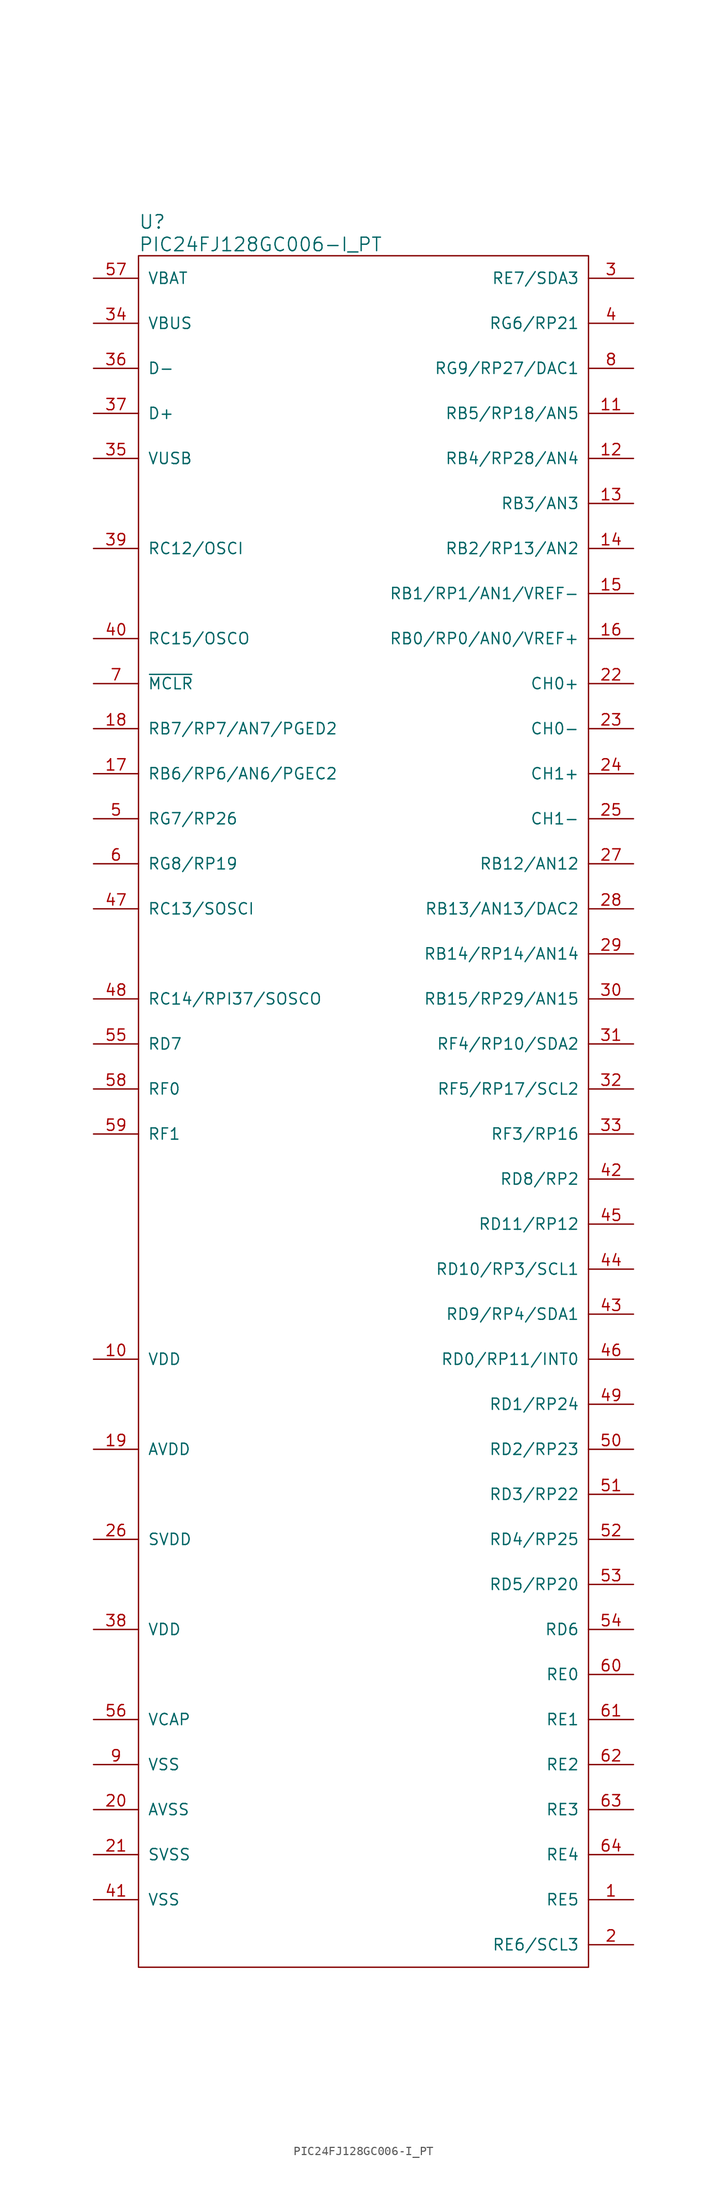
<source format=kicad_sym>
(kicad_symbol_lib
  (version 20211014)
  (generator kicad_symbol_editor)
  (symbol "PIC24FJ128GC006-I_PT"
    (pin_names
      (offset 1.016))
    (property "Reference" "U"
      (at -25.4 100.33 0)
      (effects (font (size 1.524 1.524)) (justify left)))
    (property "Value" "PIC24FJ128GC006-I_PT"
      (at -25.4 97.79 0)
      (effects (font (size 1.524 1.524)) (justify left)))
    (symbol "PIC24FJ128GC006-I_PT_0_1"
      (rectangle (start 25.4 96.52) (end -25.4 -96.52) (stroke (width 0) (type default) (color 0 0 0 0)) (fill (type none))))
    (symbol "PIC24FJ128GC006-I_PT_1_1"
      (pin input line (at 30.48 -88.9 180) (length 5.08) (name "RE5" (effects (font (size 1.27 1.27)))) (number "1" (effects (font (size 1.27 1.27)))))
      (pin input line (at -30.48 -27.94 0) (length 5.08) (name "VDD" (effects (font (size 1.27 1.27)))) (number "10" (effects (font (size 1.27 1.27)))))
      (pin input line (at 30.48 78.74 180) (length 5.08) (name "RB5/RP18/AN5" (effects (font (size 1.27 1.27)))) (number "11" (effects (font (size 1.27 1.27)))))
      (pin input line (at 30.48 73.66 180) (length 5.08) (name "RB4/RP28/AN4" (effects (font (size 1.27 1.27)))) (number "12" (effects (font (size 1.27 1.27)))))
      (pin input line (at 30.48 68.58 180) (length 5.08) (name "RB3/AN3" (effects (font (size 1.27 1.27)))) (number "13" (effects (font (size 1.27 1.27)))))
      (pin input line (at 30.48 63.5 180) (length 5.08) (name "RB2/RP13/AN2" (effects (font (size 1.27 1.27)))) (number "14" (effects (font (size 1.27 1.27)))))
      (pin input line (at 30.48 58.42 180) (length 5.08) (name "RB1/RP1/AN1/VREF-" (effects (font (size 1.27 1.27)))) (number "15" (effects (font (size 1.27 1.27)))))
      (pin input line (at 30.48 53.34 180) (length 5.08) (name "RB0/RP0/AN0/VREF+" (effects (font (size 1.27 1.27)))) (number "16" (effects (font (size 1.27 1.27)))))
      (pin input line (at -30.48 38.1 0) (length 5.08) (name "RB6/RP6/AN6/PGEC2" (effects (font (size 1.27 1.27)))) (number "17" (effects (font (size 1.27 1.27)))))
      (pin input line (at -30.48 43.18 0) (length 5.08) (name "RB7/RP7/AN7/PGED2" (effects (font (size 1.27 1.27)))) (number "18" (effects (font (size 1.27 1.27)))))
      (pin input line (at -30.48 -38.1 0) (length 5.08) (name "AVDD" (effects (font (size 1.27 1.27)))) (number "19" (effects (font (size 1.27 1.27)))))
      (pin input line (at 30.48 -93.98 180) (length 5.08) (name "RE6/SCL3" (effects (font (size 1.27 1.27)))) (number "2" (effects (font (size 1.27 1.27)))))
      (pin input line (at -30.48 -78.74 0) (length 5.08) (name "AVSS" (effects (font (size 1.27 1.27)))) (number "20" (effects (font (size 1.27 1.27)))))
      (pin input line (at -30.48 -83.82 0) (length 5.08) (name "SVSS" (effects (font (size 1.27 1.27)))) (number "21" (effects (font (size 1.27 1.27)))))
      (pin input line (at 30.48 48.26 180) (length 5.08) (name "CH0+" (effects (font (size 1.27 1.27)))) (number "22" (effects (font (size 1.27 1.27)))))
      (pin input line (at 30.48 43.18 180) (length 5.08) (name "CH0-" (effects (font (size 1.27 1.27)))) (number "23" (effects (font (size 1.27 1.27)))))
      (pin input line (at 30.48 38.1 180) (length 5.08) (name "CH1+" (effects (font (size 1.27 1.27)))) (number "24" (effects (font (size 1.27 1.27)))))
      (pin input line (at 30.48 33.02 180) (length 5.08) (name "CH1-" (effects (font (size 1.27 1.27)))) (number "25" (effects (font (size 1.27 1.27)))))
      (pin input line (at -30.48 -48.26 0) (length 5.08) (name "SVDD" (effects (font (size 1.27 1.27)))) (number "26" (effects (font (size 1.27 1.27)))))
      (pin input line (at 30.48 27.94 180) (length 5.08) (name "RB12/AN12" (effects (font (size 1.27 1.27)))) (number "27" (effects (font (size 1.27 1.27)))))
      (pin input line (at 30.48 22.86 180) (length 5.08) (name "RB13/AN13/DAC2" (effects (font (size 1.27 1.27)))) (number "28" (effects (font (size 1.27 1.27)))))
      (pin input line (at 30.48 17.78 180) (length 5.08) (name "RB14/RP14/AN14" (effects (font (size 1.27 1.27)))) (number "29" (effects (font (size 1.27 1.27)))))
      (pin input line (at 30.48 93.98 180) (length 5.08) (name "RE7/SDA3" (effects (font (size 1.27 1.27)))) (number "3" (effects (font (size 1.27 1.27)))))
      (pin input line (at 30.48 12.7 180) (length 5.08) (name "RB15/RP29/AN15" (effects (font (size 1.27 1.27)))) (number "30" (effects (font (size 1.27 1.27)))))
      (pin input line (at 30.48 7.62 180) (length 5.08) (name "RF4/RP10/SDA2" (effects (font (size 1.27 1.27)))) (number "31" (effects (font (size 1.27 1.27)))))
      (pin input line (at 30.48 2.54 180) (length 5.08) (name "RF5/RP17/SCL2" (effects (font (size 1.27 1.27)))) (number "32" (effects (font (size 1.27 1.27)))))
      (pin input line (at 30.48 -2.54 180) (length 5.08) (name "RF3/RP16" (effects (font (size 1.27 1.27)))) (number "33" (effects (font (size 1.27 1.27)))))
      (pin input line (at -30.48 88.9 0) (length 5.08) (name "VBUS" (effects (font (size 1.27 1.27)))) (number "34" (effects (font (size 1.27 1.27)))))
      (pin input line (at -30.48 73.66 0) (length 5.08) (name "VUSB" (effects (font (size 1.27 1.27)))) (number "35" (effects (font (size 1.27 1.27)))))
      (pin input line (at -30.48 83.82 0) (length 5.08) (name "D-" (effects (font (size 1.27 1.27)))) (number "36" (effects (font (size 1.27 1.27)))))
      (pin input line (at -30.48 78.74 0) (length 5.08) (name "D+" (effects (font (size 1.27 1.27)))) (number "37" (effects (font (size 1.27 1.27)))))
      (pin input line (at -30.48 -58.42 0) (length 5.08) (name "VDD" (effects (font (size 1.27 1.27)))) (number "38" (effects (font (size 1.27 1.27)))))
      (pin input line (at -30.48 63.5 0) (length 5.08) (name "RC12/OSCI" (effects (font (size 1.27 1.27)))) (number "39" (effects (font (size 1.27 1.27)))))
      (pin input line (at 30.48 88.9 180) (length 5.08) (name "RG6/RP21" (effects (font (size 1.27 1.27)))) (number "4" (effects (font (size 1.27 1.27)))))
      (pin input line (at -30.48 53.34 0) (length 5.08) (name "RC15/OSCO" (effects (font (size 1.27 1.27)))) (number "40" (effects (font (size 1.27 1.27)))))
      (pin input line (at -30.48 -88.9 0) (length 5.08) (name "VSS" (effects (font (size 1.27 1.27)))) (number "41" (effects (font (size 1.27 1.27)))))
      (pin input line (at 30.48 -7.62 180) (length 5.08) (name "RD8/RP2" (effects (font (size 1.27 1.27)))) (number "42" (effects (font (size 1.27 1.27)))))
      (pin input line (at 30.48 -22.86 180) (length 5.08) (name "RD9/RP4/SDA1" (effects (font (size 1.27 1.27)))) (number "43" (effects (font (size 1.27 1.27)))))
      (pin input line (at 30.48 -17.78 180) (length 5.08) (name "RD10/RP3/SCL1" (effects (font (size 1.27 1.27)))) (number "44" (effects (font (size 1.27 1.27)))))
      (pin input line (at 30.48 -12.7 180) (length 5.08) (name "RD11/RP12" (effects (font (size 1.27 1.27)))) (number "45" (effects (font (size 1.27 1.27)))))
      (pin input line (at 30.48 -27.94 180) (length 5.08) (name "RD0/RP11/INT0" (effects (font (size 1.27 1.27)))) (number "46" (effects (font (size 1.27 1.27)))))
      (pin input line (at -30.48 22.86 0) (length 5.08) (name "RC13/SOSCI" (effects (font (size 1.27 1.27)))) (number "47" (effects (font (size 1.27 1.27)))))
      (pin input line (at -30.48 12.7 0) (length 5.08) (name "RC14/RPI37/SOSCO" (effects (font (size 1.27 1.27)))) (number "48" (effects (font (size 1.27 1.27)))))
      (pin input line (at 30.48 -33.02 180) (length 5.08) (name "RD1/RP24" (effects (font (size 1.27 1.27)))) (number "49" (effects (font (size 1.27 1.27)))))
      (pin input line (at -30.48 33.02 0) (length 5.08) (name "RG7/RP26" (effects (font (size 1.27 1.27)))) (number "5" (effects (font (size 1.27 1.27)))))
      (pin input line (at 30.48 -38.1 180) (length 5.08) (name "RD2/RP23" (effects (font (size 1.27 1.27)))) (number "50" (effects (font (size 1.27 1.27)))))
      (pin input line (at 30.48 -43.18 180) (length 5.08) (name "RD3/RP22" (effects (font (size 1.27 1.27)))) (number "51" (effects (font (size 1.27 1.27)))))
      (pin input line (at 30.48 -48.26 180) (length 5.08) (name "RD4/RP25" (effects (font (size 1.27 1.27)))) (number "52" (effects (font (size 1.27 1.27)))))
      (pin input line (at 30.48 -53.34 180) (length 5.08) (name "RD5/RP20" (effects (font (size 1.27 1.27)))) (number "53" (effects (font (size 1.27 1.27)))))
      (pin input line (at 30.48 -58.42 180) (length 5.08) (name "RD6" (effects (font (size 1.27 1.27)))) (number "54" (effects (font (size 1.27 1.27)))))
      (pin input line (at -30.48 7.62 0) (length 5.08) (name "RD7" (effects (font (size 1.27 1.27)))) (number "55" (effects (font (size 1.27 1.27)))))
      (pin input line (at -30.48 -68.58 0) (length 5.08) (name "VCAP" (effects (font (size 1.27 1.27)))) (number "56" (effects (font (size 1.27 1.27)))))
      (pin input line (at -30.48 93.98 0) (length 5.08) (name "VBAT" (effects (font (size 1.27 1.27)))) (number "57" (effects (font (size 1.27 1.27)))))
      (pin input line (at -30.48 2.54 0) (length 5.08) (name "RF0" (effects (font (size 1.27 1.27)))) (number "58" (effects (font (size 1.27 1.27)))))
      (pin input line (at -30.48 -2.54 0) (length 5.08) (name "RF1" (effects (font (size 1.27 1.27)))) (number "59" (effects (font (size 1.27 1.27)))))
      (pin input line (at -30.48 27.94 0) (length 5.08) (name "RG8/RP19" (effects (font (size 1.27 1.27)))) (number "6" (effects (font (size 1.27 1.27)))))
      (pin input line (at 30.48 -63.5 180) (length 5.08) (name "RE0" (effects (font (size 1.27 1.27)))) (number "60" (effects (font (size 1.27 1.27)))))
      (pin input line (at 30.48 -68.58 180) (length 5.08) (name "RE1" (effects (font (size 1.27 1.27)))) (number "61" (effects (font (size 1.27 1.27)))))
      (pin input line (at 30.48 -73.66 180) (length 5.08) (name "RE2" (effects (font (size 1.27 1.27)))) (number "62" (effects (font (size 1.27 1.27)))))
      (pin input line (at 30.48 -78.74 180) (length 5.08) (name "RE3" (effects (font (size 1.27 1.27)))) (number "63" (effects (font (size 1.27 1.27)))))
      (pin input line (at 30.48 -83.82 180) (length 5.08) (name "RE4" (effects (font (size 1.27 1.27)))) (number "64" (effects (font (size 1.27 1.27)))))
      (pin input line (at -30.48 48.26 0) (length 5.08) (name "~{MCLR}" (effects (font (size 1.27 1.27)))) (number "7" (effects (font (size 1.27 1.27)))))
      (pin input line (at 30.48 83.82 180) (length 5.08) (name "RG9/RP27/DAC1" (effects (font (size 1.27 1.27)))) (number "8" (effects (font (size 1.27 1.27)))))
      (pin input line (at -30.48 -73.66 0) (length 5.08) (name "VSS" (effects (font (size 1.27 1.27)))) (number "9" (effects (font (size 1.27 1.27))))))))
</source>
